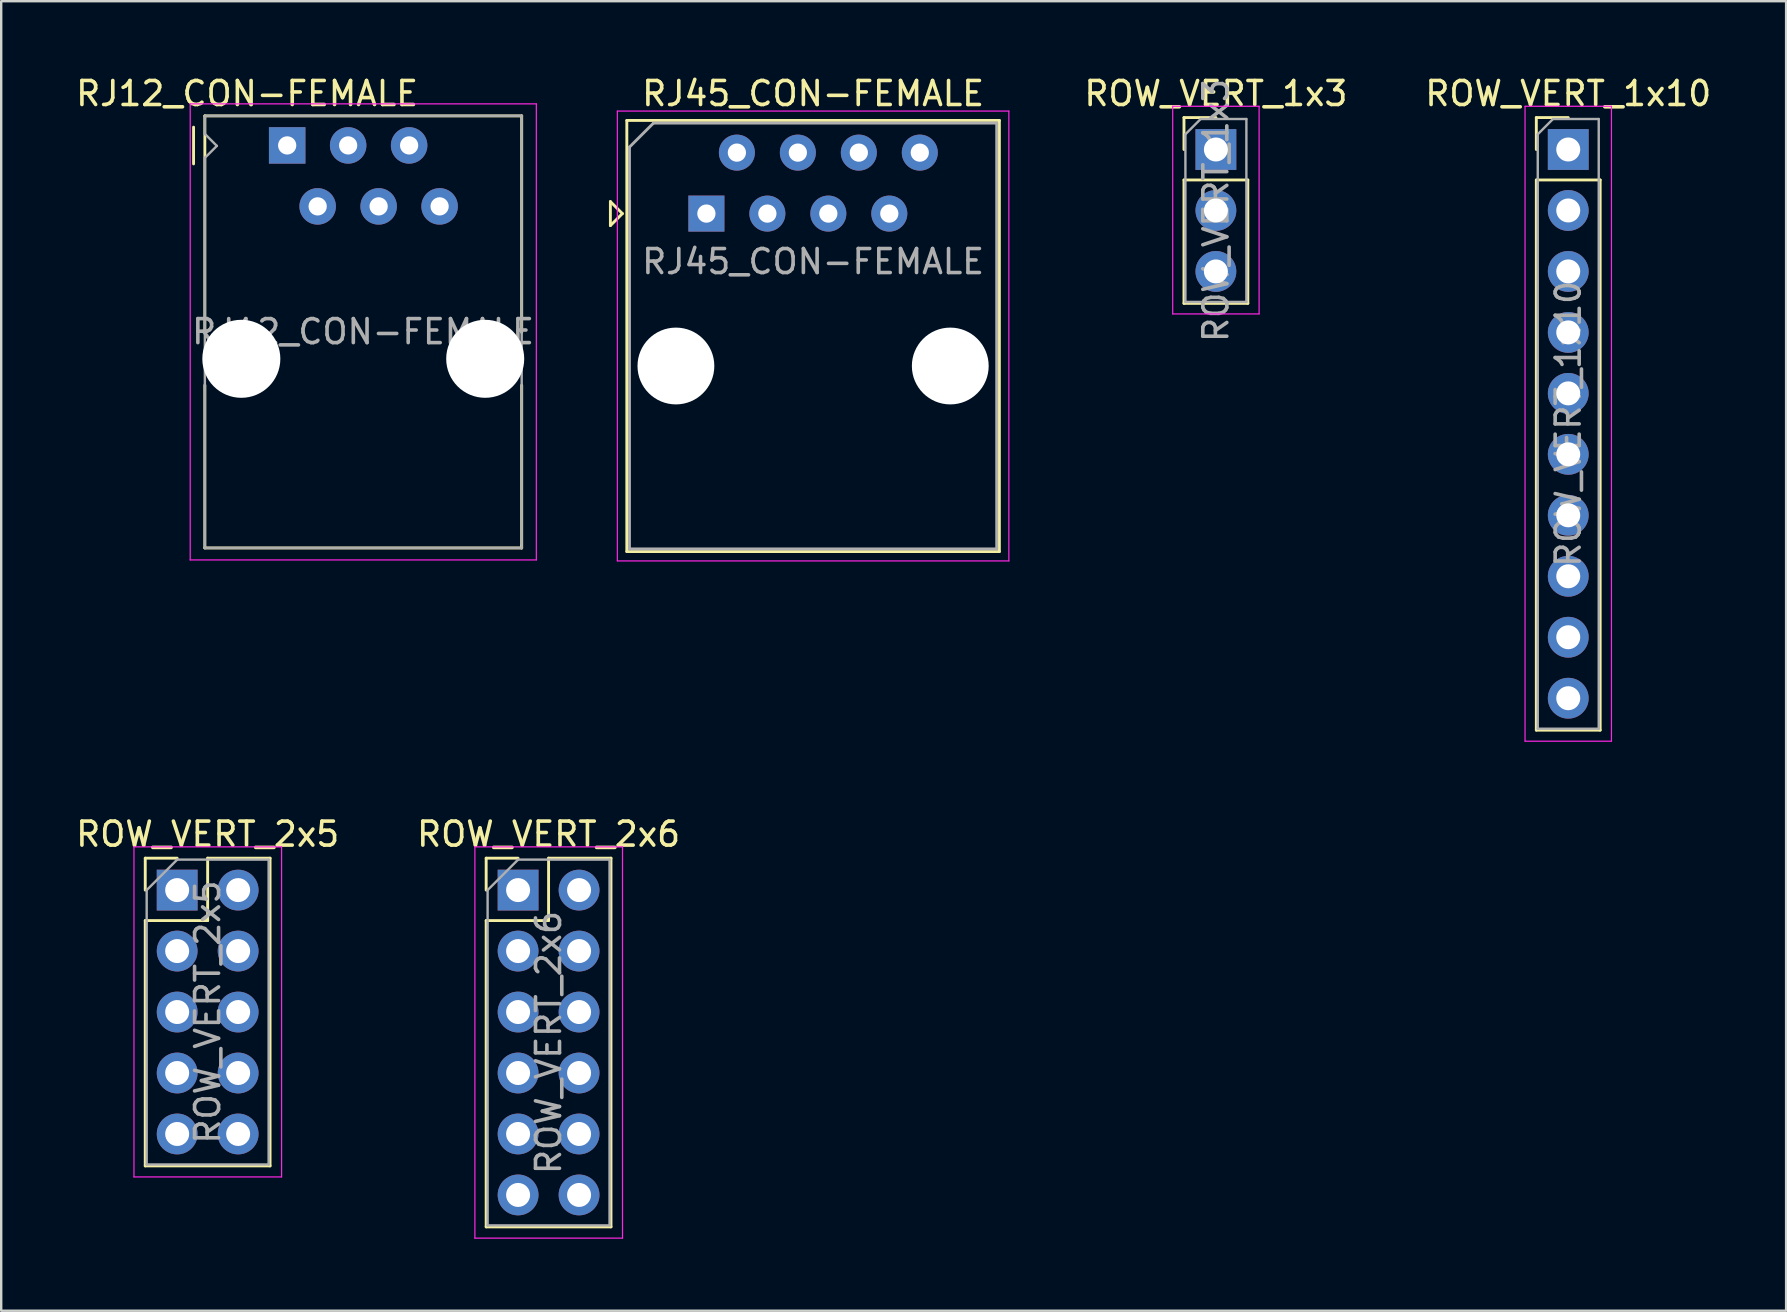
<source format=kicad_pcb>
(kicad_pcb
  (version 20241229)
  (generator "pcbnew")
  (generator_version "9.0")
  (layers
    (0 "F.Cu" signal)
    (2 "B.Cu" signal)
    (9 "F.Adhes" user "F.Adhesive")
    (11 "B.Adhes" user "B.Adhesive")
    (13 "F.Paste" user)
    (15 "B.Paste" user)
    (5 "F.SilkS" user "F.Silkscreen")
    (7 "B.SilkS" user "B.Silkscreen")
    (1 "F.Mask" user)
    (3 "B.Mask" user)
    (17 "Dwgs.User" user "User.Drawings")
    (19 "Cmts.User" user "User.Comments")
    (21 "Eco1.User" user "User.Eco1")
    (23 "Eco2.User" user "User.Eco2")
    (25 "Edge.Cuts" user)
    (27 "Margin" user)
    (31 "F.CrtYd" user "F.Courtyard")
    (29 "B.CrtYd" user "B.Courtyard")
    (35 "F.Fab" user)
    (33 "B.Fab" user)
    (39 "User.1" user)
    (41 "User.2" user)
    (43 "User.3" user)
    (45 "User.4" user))
  (footprint "RJ45_CON-FEMALE"
    (layer "F.Cu")
    (at 26.379 5.848)
    (property "Reference" "RJ45_CON-FEMALE" (at 4.445 -5 0) (layer "F.SilkS") (effects (font (size 1 1) (thickness 0.15))))
    (attr through_hole)
    (fp_line (start -4 -0.5) (end -4 0.5) (stroke (width 0.12) (type solid)) (layer "F.SilkS"))
    (fp_line (start -4 0.5) (end -3.5 0) (stroke (width 0.12) (type solid)) (layer "F.SilkS"))
    (fp_line (start -3.5 0) (end -4 -0.5) (stroke (width 0.12) (type solid)) (layer "F.SilkS"))
    (fp_line (start -3.315 -3.88) (end -3.315 14.08) (stroke (width 0.12) (type solid)) (layer "F.SilkS"))
    (fp_line (start -3.315 14.08) (end 12.205 14.08) (stroke (width 0.12) (type solid)) (layer "F.SilkS"))
    (fp_line (start 12.205 -3.88) (end -3.315 -3.88) (stroke (width 0.12) (type solid)) (layer "F.SilkS"))
    (fp_line (start 12.205 -3.88) (end 12.205 14.08) (stroke (width 0.12) (type solid)) (layer "F.SilkS"))
    (fp_line (start -3.71 -4.27) (end -3.71 14.47) (stroke (width 0.05) (type solid)) (layer "F.CrtYd"))
    (fp_line (start -3.71 -4.27) (end 12.6 -4.27) (stroke (width 0.05) (type solid)) (layer "F.CrtYd"))
    (fp_line (start 12.6 14.47) (end -3.71 14.47) (stroke (width 0.05) (type solid)) (layer "F.CrtYd"))
    (fp_line (start 12.6 14.47) (end 12.6 -4.27) (stroke (width 0.05) (type solid)) (layer "F.CrtYd"))
    (fp_line (start -3.205 -2.77) (end -2.205 -3.77) (stroke (width 0.12) (type solid)) (layer "F.Fab"))
    (fp_line (start -3.205 13.97) (end -3.205 -2.77) (stroke (width 0.12) (type solid)) (layer "F.Fab"))
    (fp_line (start -2.205 -3.77) (end 12.095 -3.77) (stroke (width 0.12) (type solid)) (layer "F.Fab"))
    (fp_line (start 12.095 -3.77) (end 12.095 13.97) (stroke (width 0.12) (type solid)) (layer "F.Fab"))
    (fp_line (start 12.095 13.97) (end -3.205 13.97) (stroke (width 0.12) (type solid)) (layer "F.Fab"))
    (fp_text user "${REFERENCE}" (at 4.445 2 0) (layer "F.Fab") (effects (font (size 1 1) (thickness 0.15))))
    (pad "" np_thru_hole circle (at -1.27 6.35) (size 3.2 3.2) (drill 3.2) (layers "*.Cu" "*.Mask"))
    (pad "" np_thru_hole circle (at 10.16 6.35) (size 3.2 3.2) (drill 3.2) (layers "*.Cu" "*.Mask"))
    (pad "1" thru_hole rect (at 0 0) (size 1.5 1.5) (drill 0.76) (layers "*.Cu" "*.Mask"))
    (pad "2" thru_hole circle (at 1.27 -2.54) (size 1.5 1.5) (drill 0.76) (layers "*.Cu" "*.Mask"))
    (pad "3" thru_hole circle (at 2.54 0) (size 1.5 1.5) (drill 0.76) (layers "*.Cu" "*.Mask"))
    (pad "4" thru_hole circle (at 3.81 -2.54) (size 1.5 1.5) (drill 0.76) (layers "*.Cu" "*.Mask"))
    (pad "5" thru_hole circle (at 5.08 0) (size 1.5 1.5) (drill 0.76) (layers "*.Cu" "*.Mask"))
    (pad "6" thru_hole circle (at 6.35 -2.54) (size 1.5 1.5) (drill 0.76) (layers "*.Cu" "*.Mask"))
    (pad "7" thru_hole circle (at 7.62 0) (size 1.5 1.5) (drill 0.76) (layers "*.Cu" "*.Mask"))
    (pad "8" thru_hole circle (at 8.89 -2.54) (size 1.5 1.5) (drill 0.76) (layers "*.Cu" "*.Mask")))
  (footprint "RJ12_CON-FEMALE"
    (layer "F.Cu")
    (at 8.914 3.008)
    (property "Reference" "RJ12_CON-FEMALE" (at -1.67 -2.16 0) (layer "F.SilkS") (effects (font (size 1 1) (thickness 0.15))))
    (attr through_hole)
    (fp_line (start -3.9 0.77) (end -3.9 -0.76) (stroke (width 0.12) (type solid)) (layer "F.SilkS"))
    (fp_line (start -3.43 -1.23) (end 9.77 -1.23) (stroke (width 0.12) (type solid)) (layer "F.SilkS"))
    (fp_line (start -3.43 7.72) (end -3.43 7.79) (stroke (width 0.1) (type solid)) (layer "F.SilkS"))
    (fp_line (start -3.43 7.79) (end -3.43 -1.23) (stroke (width 0.12) (type solid)) (layer "F.SilkS"))
    (fp_line (start -3.43 16.77) (end -3.43 9.99) (stroke (width 0.12) (type solid)) (layer "F.SilkS"))
    (fp_line (start 9.77 -1.23) (end 9.77 7.79) (stroke (width 0.12) (type solid)) (layer "F.SilkS"))
    (fp_line (start 9.77 16.65) (end 9.77 16.77) (stroke (width 0.1) (type solid)) (layer "F.SilkS"))
    (fp_line (start 9.77 16.76) (end 9.77 16.77) (stroke (width 0.1) (type solid)) (layer "F.SilkS"))
    (fp_line (start 9.77 16.77) (end -3.43 16.77) (stroke (width 0.12) (type solid)) (layer "F.SilkS"))
    (fp_line (start 9.77 16.77) (end 9.77 9.99) (stroke (width 0.12) (type solid)) (layer "F.SilkS"))
    (fp_line (start -4.04 -1.73) (end 10.38 -1.73) (stroke (width 0.05) (type solid)) (layer "F.CrtYd"))
    (fp_line (start -4.04 17.27) (end -4.04 -1.73) (stroke (width 0.05) (type solid)) (layer "F.CrtYd"))
    (fp_line (start 10.38 -1.73) (end 10.38 17.27) (stroke (width 0.05) (type solid)) (layer "F.CrtYd"))
    (fp_line (start 10.38 17.27) (end -4.04 17.27) (stroke (width 0.05) (type solid)) (layer "F.CrtYd"))
    (fp_line (start -3.43 -1.23) (end 9.77 -1.23) (stroke (width 0.1) (type solid)) (layer "F.Fab"))
    (fp_line (start -3.43 -0.48) (end -3.43 -1.23) (stroke (width 0.1) (type solid)) (layer "F.Fab"))
    (fp_line (start -3.43 0.52) (end -2.93 0.02) (stroke (width 0.1) (type solid)) (layer "F.Fab"))
    (fp_line (start -3.43 16.77) (end -3.43 0.52) (stroke (width 0.1) (type solid)) (layer "F.Fab"))
    (fp_line (start -2.93 0.02) (end -3.43 -0.48) (stroke (width 0.1) (type solid)) (layer "F.Fab"))
    (fp_line (start 9.77 -1.23) (end 9.77 16.77) (stroke (width 0.1) (type solid)) (layer "F.Fab"))
    (fp_line (start 9.77 16.77) (end -3.43 16.77) (stroke (width 0.1) (type solid)) (layer "F.Fab"))
    (fp_text user "${REFERENCE}" (at 3.16 7.76 0) (layer "F.Fab") (effects (font (size 1 1) (thickness 0.15))))
    (pad "" np_thru_hole circle (at -1.91 8.89) (size 3.25 3.25) (drill 3.25) (layers "*.Cu" "*.Mask"))
    (pad "" np_thru_hole circle (at 8.25 8.89) (size 3.25 3.25) (drill 3.25) (layers "*.Cu" "*.Mask"))
    (pad "1" thru_hole rect (at 0 0) (size 1.52 1.52) (drill 0.76) (layers "*.Cu" "*.Mask"))
    (pad "2" thru_hole circle (at 1.27 2.54) (size 1.52 1.52) (drill 0.76) (layers "*.Cu" "*.Mask"))
    (pad "3" thru_hole circle (at 2.54 0) (size 1.52 1.52) (drill 0.76) (layers "*.Cu" "*.Mask"))
    (pad "4" thru_hole circle (at 3.81 2.54) (size 1.52 1.52) (drill 0.76) (layers "*.Cu" "*.Mask"))
    (pad "5" thru_hole circle (at 5.08 0) (size 1.52 1.52) (drill 0.76) (layers "*.Cu" "*.Mask"))
    (pad "6" thru_hole circle (at 6.35 2.54) (size 1.52 1.52) (drill 0.76) (layers "*.Cu" "*.Mask")))
  (footprint "ROW_VERT_1x3"
    (layer "F.Cu")
    (at 47.605 3.178)
    (property "Reference" "ROW_VERT_1x3" (at 0 -2.33 0) (layer "F.SilkS") (effects (font (size 1 1) (thickness 0.15))))
    (attr through_hole)
    (fp_line (start -1.33 -1.33) (end 0 -1.33) (stroke (width 0.12) (type solid)) (layer "F.SilkS"))
    (fp_line (start -1.33 0) (end -1.33 -1.33) (stroke (width 0.12) (type solid)) (layer "F.SilkS"))
    (fp_line (start -1.33 1.27) (end -1.33 6.41) (stroke (width 0.12) (type solid)) (layer "F.SilkS"))
    (fp_line (start -1.33 1.27) (end 1.33 1.27) (stroke (width 0.12) (type solid)) (layer "F.SilkS"))
    (fp_line (start -1.33 6.41) (end 1.33 6.41) (stroke (width 0.12) (type solid)) (layer "F.SilkS"))
    (fp_line (start 1.33 1.27) (end 1.33 6.41) (stroke (width 0.12) (type solid)) (layer "F.SilkS"))
    (fp_line (start -1.8 -1.8) (end -1.8 6.85) (stroke (width 0.05) (type solid)) (layer "F.CrtYd"))
    (fp_line (start -1.8 6.85) (end 1.8 6.85) (stroke (width 0.05) (type solid)) (layer "F.CrtYd"))
    (fp_line (start 1.8 -1.8) (end -1.8 -1.8) (stroke (width 0.05) (type solid)) (layer "F.CrtYd"))
    (fp_line (start 1.8 6.85) (end 1.8 -1.8) (stroke (width 0.05) (type solid)) (layer "F.CrtYd"))
    (fp_line (start -1.27 -0.635) (end -0.635 -1.27) (stroke (width 0.1) (type solid)) (layer "F.Fab"))
    (fp_line (start -1.27 6.35) (end -1.27 -0.635) (stroke (width 0.1) (type solid)) (layer "F.Fab"))
    (fp_line (start -0.635 -1.27) (end 1.27 -1.27) (stroke (width 0.1) (type solid)) (layer "F.Fab"))
    (fp_line (start 1.27 -1.27) (end 1.27 6.35) (stroke (width 0.1) (type solid)) (layer "F.Fab"))
    (fp_line (start 1.27 6.35) (end -1.27 6.35) (stroke (width 0.1) (type solid)) (layer "F.Fab"))
    (fp_text user "${REFERENCE}" (at 0 2.54 90) (layer "F.Fab") (effects (font (size 1 1) (thickness 0.15))))
    (pad "1" thru_hole rect (at 0 0) (size 1.7 1.7) (drill 1) (layers "*.Cu" "*.Mask"))
    (pad "2" thru_hole oval (at 0 2.54) (size 1.7 1.7) (drill 1) (layers "*.Cu" "*.Mask"))
    (pad "3" thru_hole oval (at 0 5.08) (size 1.7 1.7) (drill 1) (layers "*.Cu" "*.Mask")))
  (footprint "ROW_VERT_2x6"
    (layer "F.Cu")
    (at 18.534 34.032)
    (property "Reference" "ROW_VERT_2x6" (at 1.27 -2.33 0) (layer "F.SilkS") (effects (font (size 1 1) (thickness 0.15))))
    (attr through_hole)
    (fp_line (start -1.33 -1.33) (end 0 -1.33) (stroke (width 0.12) (type solid)) (layer "F.SilkS"))
    (fp_line (start -1.33 0) (end -1.33 -1.33) (stroke (width 0.12) (type solid)) (layer "F.SilkS"))
    (fp_line (start -1.33 1.27) (end -1.33 14.03) (stroke (width 0.12) (type solid)) (layer "F.SilkS"))
    (fp_line (start -1.33 1.27) (end 1.27 1.27) (stroke (width 0.12) (type solid)) (layer "F.SilkS"))
    (fp_line (start -1.33 14.03) (end 3.87 14.03) (stroke (width 0.12) (type solid)) (layer "F.SilkS"))
    (fp_line (start 1.27 -1.33) (end 3.87 -1.33) (stroke (width 0.12) (type solid)) (layer "F.SilkS"))
    (fp_line (start 1.27 1.27) (end 1.27 -1.33) (stroke (width 0.12) (type solid)) (layer "F.SilkS"))
    (fp_line (start 3.87 -1.33) (end 3.87 14.03) (stroke (width 0.12) (type solid)) (layer "F.SilkS"))
    (fp_line (start -1.8 -1.8) (end -1.8 14.5) (stroke (width 0.05) (type solid)) (layer "F.CrtYd"))
    (fp_line (start -1.8 14.5) (end 4.35 14.5) (stroke (width 0.05) (type solid)) (layer "F.CrtYd"))
    (fp_line (start 4.35 -1.8) (end -1.8 -1.8) (stroke (width 0.05) (type solid)) (layer "F.CrtYd"))
    (fp_line (start 4.35 14.5) (end 4.35 -1.8) (stroke (width 0.05) (type solid)) (layer "F.CrtYd"))
    (fp_line (start -1.27 0) (end 0 -1.27) (stroke (width 0.1) (type solid)) (layer "F.Fab"))
    (fp_line (start -1.27 13.97) (end -1.27 0) (stroke (width 0.1) (type solid)) (layer "F.Fab"))
    (fp_line (start 0 -1.27) (end 3.81 -1.27) (stroke (width 0.1) (type solid)) (layer "F.Fab"))
    (fp_line (start 3.81 -1.27) (end 3.81 13.97) (stroke (width 0.1) (type solid)) (layer "F.Fab"))
    (fp_line (start 3.81 13.97) (end -1.27 13.97) (stroke (width 0.1) (type solid)) (layer "F.Fab"))
    (fp_text user "${REFERENCE}" (at 1.27 6.35 90) (layer "F.Fab") (effects (font (size 1 1) (thickness 0.15))))
    (pad "1" thru_hole rect (at 0 0) (size 1.7 1.7) (drill 1) (layers "*.Cu" "*.Mask"))
    (pad "2" thru_hole oval (at 2.54 0) (size 1.7 1.7) (drill 1) (layers "*.Cu" "*.Mask"))
    (pad "3" thru_hole oval (at 0 2.54) (size 1.7 1.7) (drill 1) (layers "*.Cu" "*.Mask"))
    (pad "4" thru_hole oval (at 2.54 2.54) (size 1.7 1.7) (drill 1) (layers "*.Cu" "*.Mask"))
    (pad "5" thru_hole oval (at 0 5.08) (size 1.7 1.7) (drill 1) (layers "*.Cu" "*.Mask"))
    (pad "6" thru_hole oval (at 2.54 5.08) (size 1.7 1.7) (drill 1) (layers "*.Cu" "*.Mask"))
    (pad "7" thru_hole oval (at 0 7.62) (size 1.7 1.7) (drill 1) (layers "*.Cu" "*.Mask"))
    (pad "8" thru_hole oval (at 2.54 7.62) (size 1.7 1.7) (drill 1) (layers "*.Cu" "*.Mask"))
    (pad "9" thru_hole oval (at 0 10.16) (size 1.7 1.7) (drill 1) (layers "*.Cu" "*.Mask"))
    (pad "10" thru_hole oval (at 2.54 10.16) (size 1.7 1.7) (drill 1) (layers "*.Cu" "*.Mask"))
    (pad "11" thru_hole oval (at 0 12.7) (size 1.7 1.7) (drill 1) (layers "*.Cu" "*.Mask"))
    (pad "12" thru_hole oval (at 2.54 12.7) (size 1.7 1.7) (drill 1) (layers "*.Cu" "*.Mask")))
  (footprint "ROW_VERT_1x10"
    (layer "F.Cu")
    (at 62.284 3.178)
    (property "Reference" "ROW_VERT_1x10" (at 0 -2.33 0) (layer "F.SilkS") (effects (font (size 1 1) (thickness 0.15))))
    (attr through_hole)
    (fp_line (start -1.33 -1.33) (end 0 -1.33) (stroke (width 0.12) (type solid)) (layer "F.SilkS"))
    (fp_line (start -1.33 0) (end -1.33 -1.33) (stroke (width 0.12) (type solid)) (layer "F.SilkS"))
    (fp_line (start -1.33 1.27) (end -1.33 24.19) (stroke (width 0.12) (type solid)) (layer "F.SilkS"))
    (fp_line (start -1.33 1.27) (end 1.33 1.27) (stroke (width 0.12) (type solid)) (layer "F.SilkS"))
    (fp_line (start -1.33 24.19) (end 1.33 24.19) (stroke (width 0.12) (type solid)) (layer "F.SilkS"))
    (fp_line (start 1.33 1.27) (end 1.33 24.19) (stroke (width 0.12) (type solid)) (layer "F.SilkS"))
    (fp_line (start -1.8 -1.8) (end -1.8 24.65) (stroke (width 0.05) (type solid)) (layer "F.CrtYd"))
    (fp_line (start -1.8 24.65) (end 1.8 24.65) (stroke (width 0.05) (type solid)) (layer "F.CrtYd"))
    (fp_line (start 1.8 -1.8) (end -1.8 -1.8) (stroke (width 0.05) (type solid)) (layer "F.CrtYd"))
    (fp_line (start 1.8 24.65) (end 1.8 -1.8) (stroke (width 0.05) (type solid)) (layer "F.CrtYd"))
    (fp_line (start -1.27 -0.635) (end -0.635 -1.27) (stroke (width 0.1) (type solid)) (layer "F.Fab"))
    (fp_line (start -1.27 24.13) (end -1.27 -0.635) (stroke (width 0.1) (type solid)) (layer "F.Fab"))
    (fp_line (start -0.635 -1.27) (end 1.27 -1.27) (stroke (width 0.1) (type solid)) (layer "F.Fab"))
    (fp_line (start 1.27 -1.27) (end 1.27 24.13) (stroke (width 0.1) (type solid)) (layer "F.Fab"))
    (fp_line (start 1.27 24.13) (end -1.27 24.13) (stroke (width 0.1) (type solid)) (layer "F.Fab"))
    (fp_text user "${REFERENCE}" (at 0 11.43 90) (layer "F.Fab") (effects (font (size 1 1) (thickness 0.15))))
    (pad "1" thru_hole rect (at 0 0) (size 1.7 1.7) (drill 1) (layers "*.Cu" "*.Mask"))
    (pad "2" thru_hole oval (at 0 2.54) (size 1.7 1.7) (drill 1) (layers "*.Cu" "*.Mask"))
    (pad "3" thru_hole oval (at 0 5.08) (size 1.7 1.7) (drill 1) (layers "*.Cu" "*.Mask"))
    (pad "4" thru_hole oval (at 0 7.62) (size 1.7 1.7) (drill 1) (layers "*.Cu" "*.Mask"))
    (pad "5" thru_hole oval (at 0 10.16) (size 1.7 1.7) (drill 1) (layers "*.Cu" "*.Mask"))
    (pad "6" thru_hole oval (at 0 12.7) (size 1.7 1.7) (drill 1) (layers "*.Cu" "*.Mask"))
    (pad "7" thru_hole oval (at 0 15.24) (size 1.7 1.7) (drill 1) (layers "*.Cu" "*.Mask"))
    (pad "8" thru_hole oval (at 0 17.78) (size 1.7 1.7) (drill 1) (layers "*.Cu" "*.Mask"))
    (pad "9" thru_hole oval (at 0 20.32) (size 1.7 1.7) (drill 1) (layers "*.Cu" "*.Mask"))
    (pad "10" thru_hole oval (at 0 22.86) (size 1.7 1.7) (drill 1) (layers "*.Cu" "*.Mask")))
  (footprint "ROW_VERT_2x5"
    (layer "F.Cu")
    (at 4.331 34.032)
    (property "Reference" "ROW_VERT_2x5" (at 1.27 -2.33 0) (layer "F.SilkS") (effects (font (size 1 1) (thickness 0.15))))
    (attr through_hole)
    (fp_line (start -1.33 -1.33) (end 0 -1.33) (stroke (width 0.12) (type solid)) (layer "F.SilkS"))
    (fp_line (start -1.33 0) (end -1.33 -1.33) (stroke (width 0.12) (type solid)) (layer "F.SilkS"))
    (fp_line (start -1.33 1.27) (end -1.33 11.49) (stroke (width 0.12) (type solid)) (layer "F.SilkS"))
    (fp_line (start -1.33 1.27) (end 1.27 1.27) (stroke (width 0.12) (type solid)) (layer "F.SilkS"))
    (fp_line (start -1.33 11.49) (end 3.87 11.49) (stroke (width 0.12) (type solid)) (layer "F.SilkS"))
    (fp_line (start 1.27 -1.33) (end 3.87 -1.33) (stroke (width 0.12) (type solid)) (layer "F.SilkS"))
    (fp_line (start 1.27 1.27) (end 1.27 -1.33) (stroke (width 0.12) (type solid)) (layer "F.SilkS"))
    (fp_line (start 3.87 -1.33) (end 3.87 11.49) (stroke (width 0.12) (type solid)) (layer "F.SilkS"))
    (fp_line (start -1.8 -1.8) (end -1.8 11.95) (stroke (width 0.05) (type solid)) (layer "F.CrtYd"))
    (fp_line (start -1.8 11.95) (end 4.35 11.95) (stroke (width 0.05) (type solid)) (layer "F.CrtYd"))
    (fp_line (start 4.35 -1.8) (end -1.8 -1.8) (stroke (width 0.05) (type solid)) (layer "F.CrtYd"))
    (fp_line (start 4.35 11.95) (end 4.35 -1.8) (stroke (width 0.05) (type solid)) (layer "F.CrtYd"))
    (fp_line (start -1.27 0) (end 0 -1.27) (stroke (width 0.1) (type solid)) (layer "F.Fab"))
    (fp_line (start -1.27 11.43) (end -1.27 0) (stroke (width 0.1) (type solid)) (layer "F.Fab"))
    (fp_line (start 0 -1.27) (end 3.81 -1.27) (stroke (width 0.1) (type solid)) (layer "F.Fab"))
    (fp_line (start 3.81 -1.27) (end 3.81 11.43) (stroke (width 0.1) (type solid)) (layer "F.Fab"))
    (fp_line (start 3.81 11.43) (end -1.27 11.43) (stroke (width 0.1) (type solid)) (layer "F.Fab"))
    (fp_text user "${REFERENCE}" (at 1.27 5.08 90) (layer "F.Fab") (effects (font (size 1 1) (thickness 0.15))))
    (pad "1" thru_hole rect (at 0 0) (size 1.7 1.7) (drill 1) (layers "*.Cu" "*.Mask"))
    (pad "2" thru_hole oval (at 2.54 0) (size 1.7 1.7) (drill 1) (layers "*.Cu" "*.Mask"))
    (pad "3" thru_hole oval (at 0 2.54) (size 1.7 1.7) (drill 1) (layers "*.Cu" "*.Mask"))
    (pad "4" thru_hole oval (at 2.54 2.54) (size 1.7 1.7) (drill 1) (layers "*.Cu" "*.Mask"))
    (pad "5" thru_hole oval (at 0 5.08) (size 1.7 1.7) (drill 1) (layers "*.Cu" "*.Mask"))
    (pad "6" thru_hole oval (at 2.54 5.08) (size 1.7 1.7) (drill 1) (layers "*.Cu" "*.Mask"))
    (pad "7" thru_hole oval (at 0 7.62) (size 1.7 1.7) (drill 1) (layers "*.Cu" "*.Mask"))
    (pad "8" thru_hole oval (at 2.54 7.62) (size 1.7 1.7) (drill 1) (layers "*.Cu" "*.Mask"))
    (pad "9" thru_hole oval (at 0 10.16) (size 1.7 1.7) (drill 1) (layers "*.Cu" "*.Mask"))
    (pad "10" thru_hole oval (at 2.54 10.16) (size 1.7 1.7) (drill 1) (layers "*.Cu" "*.Mask")))
  (gr_rect
    (start -3 -3)
    (end 71.361 51.556)
    (stroke (width 0.1) (type default))
    (fill no)
    (layer "Edge.Cuts")))
</source>
